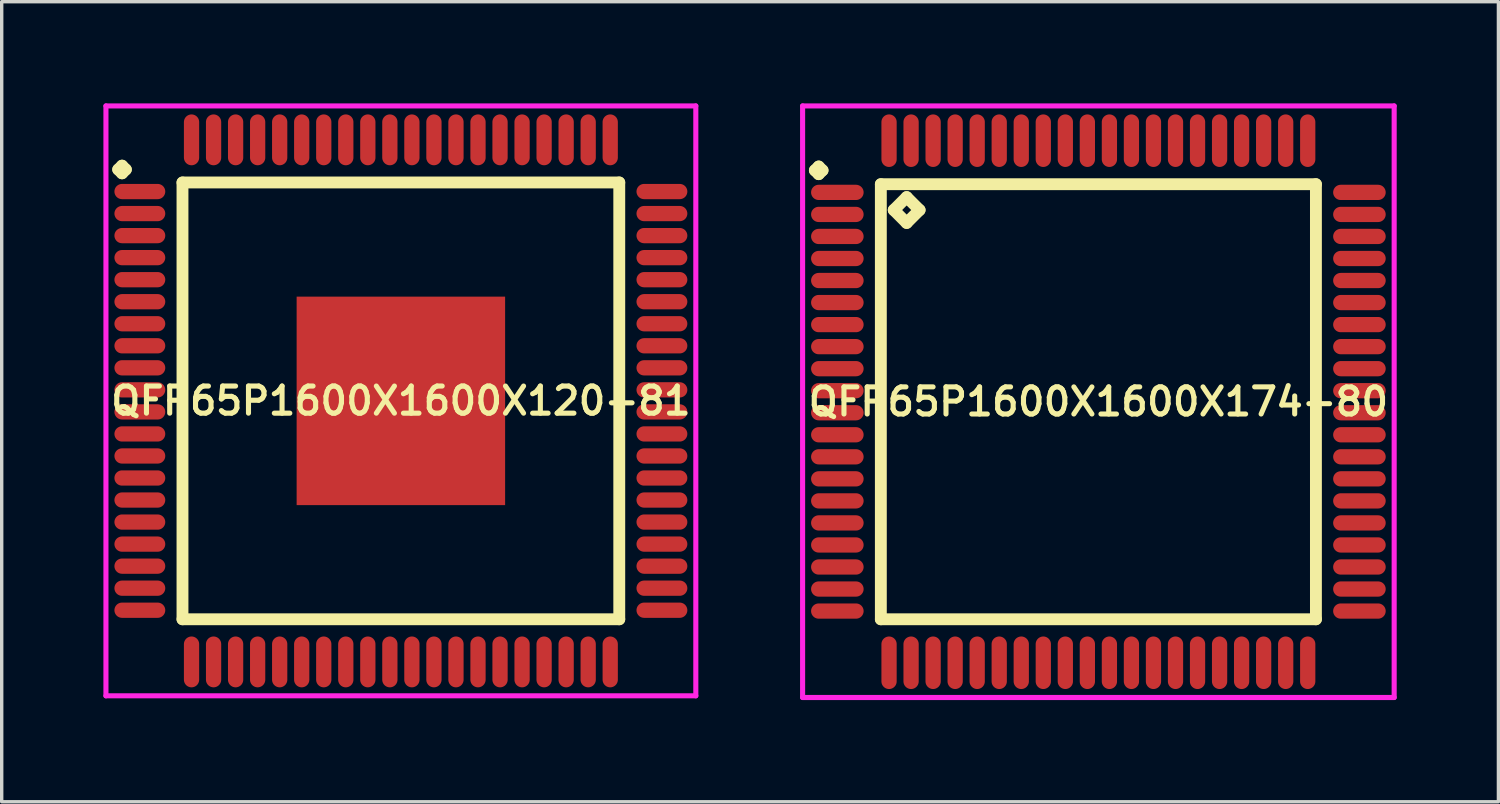
<source format=kicad_pcb>
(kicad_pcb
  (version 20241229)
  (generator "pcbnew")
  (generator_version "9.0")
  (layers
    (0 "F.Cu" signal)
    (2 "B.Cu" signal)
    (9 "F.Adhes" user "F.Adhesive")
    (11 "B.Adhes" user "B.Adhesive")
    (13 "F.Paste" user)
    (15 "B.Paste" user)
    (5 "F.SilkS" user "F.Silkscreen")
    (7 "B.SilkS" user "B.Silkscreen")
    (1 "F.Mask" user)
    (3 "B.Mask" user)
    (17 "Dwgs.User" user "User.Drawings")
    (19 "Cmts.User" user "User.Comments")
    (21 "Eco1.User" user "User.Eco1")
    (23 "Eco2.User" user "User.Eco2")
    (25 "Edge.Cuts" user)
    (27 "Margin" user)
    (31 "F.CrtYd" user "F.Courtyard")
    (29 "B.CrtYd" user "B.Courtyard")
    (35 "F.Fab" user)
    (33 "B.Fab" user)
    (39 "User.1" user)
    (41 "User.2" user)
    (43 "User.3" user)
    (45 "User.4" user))
  (footprint "QFP65P1600X1600X120-81"
    (layer "F.Cu")
    (at 8.775 8.775)
    (property "Reference" "QFP65P1600X1600X120-81" (at 0 0 0) (layer "F.SilkS") (effects (font (size 0.8 0.8) (thickness 0.15))))
    (attr smd)
    (fp_line (start -8.338 -6.825) (end -8.225 -6.938) (stroke (width 0.35) (type solid)) (layer "F.SilkS"))
    (fp_line (start -8.225 -6.938) (end -8.113 -6.825) (stroke (width 0.35) (type solid)) (layer "F.SilkS"))
    (fp_line (start -8.225 -6.713) (end -8.338 -6.825) (stroke (width 0.35) (type solid)) (layer "F.SilkS"))
    (fp_line (start -8.113 -6.825) (end -8.225 -6.713) (stroke (width 0.35) (type solid)) (layer "F.SilkS"))
    (fp_line (start -6.442 -6.442) (end -6.442 6.442) (stroke (width 0.35) (type solid)) (layer "F.SilkS"))
    (fp_line (start -6.442 6.442) (end 6.442 6.442) (stroke (width 0.35) (type solid)) (layer "F.SilkS"))
    (fp_line (start 6.442 -6.442) (end -6.442 -6.442) (stroke (width 0.35) (type solid)) (layer "F.SilkS"))
    (fp_line (start 6.442 6.442) (end 6.442 -6.442) (stroke (width 0.35) (type solid)) (layer "F.SilkS"))
    (fp_line (start -8.7 -8.7) (end 8.7 -8.7) (stroke (width 0.15) (type solid)) (layer "F.CrtYd"))
    (fp_line (start -8.7 8.7) (end -8.7 -8.7) (stroke (width 0.15) (type solid)) (layer "F.CrtYd"))
    (fp_line (start 8.7 -8.7) (end 8.7 8.7) (stroke (width 0.15) (type solid)) (layer "F.CrtYd"))
    (fp_line (start 8.7 8.7) (end -8.7 8.7) (stroke (width 0.15) (type solid)) (layer "F.CrtYd"))
    (pad "1" smd oval (at -7.7 -6.175) (size 1.5 0.45) (layers "F.Cu" "F.Mask" "F.Paste"))
    (pad "2" smd oval (at -7.7 -5.525) (size 1.5 0.45) (layers "F.Cu" "F.Mask" "F.Paste"))
    (pad "3" smd oval (at -7.7 -4.875) (size 1.5 0.45) (layers "F.Cu" "F.Mask" "F.Paste"))
    (pad "4" smd oval (at -7.7 -4.225) (size 1.5 0.45) (layers "F.Cu" "F.Mask" "F.Paste"))
    (pad "5" smd oval (at -7.7 -3.575) (size 1.5 0.45) (layers "F.Cu" "F.Mask" "F.Paste"))
    (pad "6" smd oval (at -7.7 -2.925) (size 1.5 0.45) (layers "F.Cu" "F.Mask" "F.Paste"))
    (pad "7" smd oval (at -7.7 -2.275) (size 1.5 0.45) (layers "F.Cu" "F.Mask" "F.Paste"))
    (pad "8" smd oval (at -7.7 -1.625) (size 1.5 0.45) (layers "F.Cu" "F.Mask" "F.Paste"))
    (pad "9" smd oval (at -7.7 -0.975) (size 1.5 0.45) (layers "F.Cu" "F.Mask" "F.Paste"))
    (pad "10" smd oval (at -7.7 -0.325) (size 1.5 0.45) (layers "F.Cu" "F.Mask" "F.Paste"))
    (pad "11" smd oval (at -7.7 0.325) (size 1.5 0.45) (layers "F.Cu" "F.Mask" "F.Paste"))
    (pad "12" smd oval (at -7.7 0.975) (size 1.5 0.45) (layers "F.Cu" "F.Mask" "F.Paste"))
    (pad "13" smd oval (at -7.7 1.625) (size 1.5 0.45) (layers "F.Cu" "F.Mask" "F.Paste"))
    (pad "14" smd oval (at -7.7 2.275) (size 1.5 0.45) (layers "F.Cu" "F.Mask" "F.Paste"))
    (pad "15" smd oval (at -7.7 2.925) (size 1.5 0.45) (layers "F.Cu" "F.Mask" "F.Paste"))
    (pad "16" smd oval (at -7.7 3.575) (size 1.5 0.45) (layers "F.Cu" "F.Mask" "F.Paste"))
    (pad "17" smd oval (at -7.7 4.225) (size 1.5 0.45) (layers "F.Cu" "F.Mask" "F.Paste"))
    (pad "18" smd oval (at -7.7 4.875) (size 1.5 0.45) (layers "F.Cu" "F.Mask" "F.Paste"))
    (pad "19" smd oval (at -7.7 5.525) (size 1.5 0.45) (layers "F.Cu" "F.Mask" "F.Paste"))
    (pad "20" smd oval (at -7.7 6.175) (size 1.5 0.45) (layers "F.Cu" "F.Mask" "F.Paste"))
    (pad "21" smd oval (at -6.175 7.7) (size 0.45 1.5) (layers "F.Cu" "F.Mask" "F.Paste"))
    (pad "22" smd oval (at -5.525 7.7) (size 0.45 1.5) (layers "F.Cu" "F.Mask" "F.Paste"))
    (pad "23" smd oval (at -4.875 7.7) (size 0.45 1.5) (layers "F.Cu" "F.Mask" "F.Paste"))
    (pad "24" smd oval (at -4.225 7.7) (size 0.45 1.5) (layers "F.Cu" "F.Mask" "F.Paste"))
    (pad "25" smd oval (at -3.575 7.7) (size 0.45 1.5) (layers "F.Cu" "F.Mask" "F.Paste"))
    (pad "26" smd oval (at -2.925 7.7) (size 0.45 1.5) (layers "F.Cu" "F.Mask" "F.Paste"))
    (pad "27" smd oval (at -2.275 7.7) (size 0.45 1.5) (layers "F.Cu" "F.Mask" "F.Paste"))
    (pad "28" smd oval (at -1.625 7.7) (size 0.45 1.5) (layers "F.Cu" "F.Mask" "F.Paste"))
    (pad "29" smd oval (at -0.975 7.7) (size 0.45 1.5) (layers "F.Cu" "F.Mask" "F.Paste"))
    (pad "30" smd oval (at -0.325 7.7) (size 0.45 1.5) (layers "F.Cu" "F.Mask" "F.Paste"))
    (pad "31" smd oval (at 0.325 7.7) (size 0.45 1.5) (layers "F.Cu" "F.Mask" "F.Paste"))
    (pad "32" smd oval (at 0.975 7.7) (size 0.45 1.5) (layers "F.Cu" "F.Mask" "F.Paste"))
    (pad "33" smd oval (at 1.625 7.7) (size 0.45 1.5) (layers "F.Cu" "F.Mask" "F.Paste"))
    (pad "34" smd oval (at 2.275 7.7) (size 0.45 1.5) (layers "F.Cu" "F.Mask" "F.Paste"))
    (pad "35" smd oval (at 2.925 7.7) (size 0.45 1.5) (layers "F.Cu" "F.Mask" "F.Paste"))
    (pad "36" smd oval (at 3.575 7.7) (size 0.45 1.5) (layers "F.Cu" "F.Mask" "F.Paste"))
    (pad "37" smd oval (at 4.225 7.7) (size 0.45 1.5) (layers "F.Cu" "F.Mask" "F.Paste"))
    (pad "38" smd oval (at 4.875 7.7) (size 0.45 1.5) (layers "F.Cu" "F.Mask" "F.Paste"))
    (pad "39" smd oval (at 5.525 7.7) (size 0.45 1.5) (layers "F.Cu" "F.Mask" "F.Paste"))
    (pad "40" smd oval (at 6.175 7.7) (size 0.45 1.5) (layers "F.Cu" "F.Mask" "F.Paste"))
    (pad "41" smd oval (at 7.7 6.175) (size 1.5 0.45) (layers "F.Cu" "F.Mask" "F.Paste"))
    (pad "42" smd oval (at 7.7 5.525) (size 1.5 0.45) (layers "F.Cu" "F.Mask" "F.Paste"))
    (pad "43" smd oval (at 7.7 4.875) (size 1.5 0.45) (layers "F.Cu" "F.Mask" "F.Paste"))
    (pad "44" smd oval (at 7.7 4.225) (size 1.5 0.45) (layers "F.Cu" "F.Mask" "F.Paste"))
    (pad "45" smd oval (at 7.7 3.575) (size 1.5 0.45) (layers "F.Cu" "F.Mask" "F.Paste"))
    (pad "46" smd oval (at 7.7 2.925) (size 1.5 0.45) (layers "F.Cu" "F.Mask" "F.Paste"))
    (pad "47" smd oval (at 7.7 2.275) (size 1.5 0.45) (layers "F.Cu" "F.Mask" "F.Paste"))
    (pad "48" smd oval (at 7.7 1.625) (size 1.5 0.45) (layers "F.Cu" "F.Mask" "F.Paste"))
    (pad "49" smd oval (at 7.7 0.975) (size 1.5 0.45) (layers "F.Cu" "F.Mask" "F.Paste"))
    (pad "50" smd oval (at 7.7 0.325) (size 1.5 0.45) (layers "F.Cu" "F.Mask" "F.Paste"))
    (pad "51" smd oval (at 7.7 -0.325) (size 1.5 0.45) (layers "F.Cu" "F.Mask" "F.Paste"))
    (pad "52" smd oval (at 7.7 -0.975) (size 1.5 0.45) (layers "F.Cu" "F.Mask" "F.Paste"))
    (pad "53" smd oval (at 7.7 -1.625) (size 1.5 0.45) (layers "F.Cu" "F.Mask" "F.Paste"))
    (pad "54" smd oval (at 7.7 -2.275) (size 1.5 0.45) (layers "F.Cu" "F.Mask" "F.Paste"))
    (pad "55" smd oval (at 7.7 -2.925) (size 1.5 0.45) (layers "F.Cu" "F.Mask" "F.Paste"))
    (pad "56" smd oval (at 7.7 -3.575) (size 1.5 0.45) (layers "F.Cu" "F.Mask" "F.Paste"))
    (pad "57" smd oval (at 7.7 -4.225) (size 1.5 0.45) (layers "F.Cu" "F.Mask" "F.Paste"))
    (pad "58" smd oval (at 7.7 -4.875) (size 1.5 0.45) (layers "F.Cu" "F.Mask" "F.Paste"))
    (pad "59" smd oval (at 7.7 -5.525) (size 1.5 0.45) (layers "F.Cu" "F.Mask" "F.Paste"))
    (pad "60" smd oval (at 7.7 -6.175) (size 1.5 0.45) (layers "F.Cu" "F.Mask" "F.Paste"))
    (pad "61" smd oval (at 6.175 -7.7) (size 0.45 1.5) (layers "F.Cu" "F.Mask" "F.Paste"))
    (pad "62" smd oval (at 5.525 -7.7) (size 0.45 1.5) (layers "F.Cu" "F.Mask" "F.Paste"))
    (pad "63" smd oval (at 4.875 -7.7) (size 0.45 1.5) (layers "F.Cu" "F.Mask" "F.Paste"))
    (pad "64" smd oval (at 4.225 -7.7) (size 0.45 1.5) (layers "F.Cu" "F.Mask" "F.Paste"))
    (pad "65" smd oval (at 3.575 -7.7) (size 0.45 1.5) (layers "F.Cu" "F.Mask" "F.Paste"))
    (pad "66" smd oval (at 2.925 -7.7) (size 0.45 1.5) (layers "F.Cu" "F.Mask" "F.Paste"))
    (pad "67" smd oval (at 2.275 -7.7) (size 0.45 1.5) (layers "F.Cu" "F.Mask" "F.Paste"))
    (pad "68" smd oval (at 1.625 -7.7) (size 0.45 1.5) (layers "F.Cu" "F.Mask" "F.Paste"))
    (pad "69" smd oval (at 0.975 -7.7) (size 0.45 1.5) (layers "F.Cu" "F.Mask" "F.Paste"))
    (pad "70" smd oval (at 0.325 -7.7) (size 0.45 1.5) (layers "F.Cu" "F.Mask" "F.Paste"))
    (pad "71" smd oval (at -0.325 -7.7) (size 0.45 1.5) (layers "F.Cu" "F.Mask" "F.Paste"))
    (pad "72" smd oval (at -0.975 -7.7) (size 0.45 1.5) (layers "F.Cu" "F.Mask" "F.Paste"))
    (pad "73" smd oval (at -1.625 -7.7) (size 0.45 1.5) (layers "F.Cu" "F.Mask" "F.Paste"))
    (pad "74" smd oval (at -2.275 -7.7) (size 0.45 1.5) (layers "F.Cu" "F.Mask" "F.Paste"))
    (pad "75" smd oval (at -2.925 -7.7) (size 0.45 1.5) (layers "F.Cu" "F.Mask" "F.Paste"))
    (pad "76" smd oval (at -3.575 -7.7) (size 0.45 1.5) (layers "F.Cu" "F.Mask" "F.Paste"))
    (pad "77" smd oval (at -4.225 -7.7) (size 0.45 1.5) (layers "F.Cu" "F.Mask" "F.Paste"))
    (pad "78" smd oval (at -4.875 -7.7) (size 0.45 1.5) (layers "F.Cu" "F.Mask" "F.Paste"))
    (pad "79" smd oval (at -5.525 -7.7) (size 0.45 1.5) (layers "F.Cu" "F.Mask" "F.Paste"))
    (pad "80" smd oval (at -6.175 -7.7) (size 0.45 1.5) (layers "F.Cu" "F.Mask" "F.Paste"))
    (pad "81" smd rect (at 0 0) (size 6.15 6.15) (layers "F.Cu" "F.Mask" "F.Paste")))
  (footprint "QFP65P1600X1600X174-80"
    (layer "F.Cu")
    (at 29.35 8.8)
    (property "Reference" "QFP65P1600X1600X174-80" (at 0 0 0) (layer "F.SilkS") (effects (font (size 0.8 0.8) (thickness 0.15))))
    (attr smd)
    (fp_line (start -8.363 -6.825) (end -8.25 -6.938) (stroke (width 0.35) (type solid)) (layer "F.SilkS"))
    (fp_line (start -8.25 -6.938) (end -8.137 -6.825) (stroke (width 0.35) (type solid)) (layer "F.SilkS"))
    (fp_line (start -8.25 -6.713) (end -8.363 -6.825) (stroke (width 0.35) (type solid)) (layer "F.SilkS"))
    (fp_line (start -8.137 -6.825) (end -8.25 -6.713) (stroke (width 0.35) (type solid)) (layer "F.SilkS"))
    (fp_line (start -6.417 -6.417) (end -6.417 6.417) (stroke (width 0.35) (type solid)) (layer "F.SilkS"))
    (fp_line (start -6.417 6.417) (end 6.417 6.417) (stroke (width 0.35) (type solid)) (layer "F.SilkS"))
    (fp_line (start -6.036 -5.655) (end -5.655 -6.036) (stroke (width 0.35) (type solid)) (layer "F.SilkS"))
    (fp_line (start -5.655 -6.036) (end -5.274 -5.655) (stroke (width 0.35) (type solid)) (layer "F.SilkS"))
    (fp_line (start -5.655 -5.274) (end -6.036 -5.655) (stroke (width 0.35) (type solid)) (layer "F.SilkS"))
    (fp_line (start -5.274 -5.655) (end -5.655 -5.274) (stroke (width 0.35) (type solid)) (layer "F.SilkS"))
    (fp_line (start 6.417 -6.417) (end -6.417 -6.417) (stroke (width 0.35) (type solid)) (layer "F.SilkS"))
    (fp_line (start 6.417 6.417) (end 6.417 -6.417) (stroke (width 0.35) (type solid)) (layer "F.SilkS"))
    (fp_line (start -8.725 -8.725) (end 8.725 -8.725) (stroke (width 0.15) (type solid)) (layer "F.CrtYd"))
    (fp_line (start -8.725 8.725) (end -8.725 -8.725) (stroke (width 0.15) (type solid)) (layer "F.CrtYd"))
    (fp_line (start 8.725 -8.725) (end 8.725 8.725) (stroke (width 0.15) (type solid)) (layer "F.CrtYd"))
    (fp_line (start 8.725 8.725) (end -8.725 8.725) (stroke (width 0.15) (type solid)) (layer "F.CrtYd"))
    (pad "1" smd oval (at -7.7 -6.175) (size 1.55 0.45) (layers "F.Cu" "F.Mask" "F.Paste"))
    (pad "2" smd oval (at -7.7 -5.525) (size 1.55 0.45) (layers "F.Cu" "F.Mask" "F.Paste"))
    (pad "3" smd oval (at -7.7 -4.875) (size 1.55 0.45) (layers "F.Cu" "F.Mask" "F.Paste"))
    (pad "4" smd oval (at -7.7 -4.225) (size 1.55 0.45) (layers "F.Cu" "F.Mask" "F.Paste"))
    (pad "5" smd oval (at -7.7 -3.575) (size 1.55 0.45) (layers "F.Cu" "F.Mask" "F.Paste"))
    (pad "6" smd oval (at -7.7 -2.925) (size 1.55 0.45) (layers "F.Cu" "F.Mask" "F.Paste"))
    (pad "7" smd oval (at -7.7 -2.275) (size 1.55 0.45) (layers "F.Cu" "F.Mask" "F.Paste"))
    (pad "8" smd oval (at -7.7 -1.625) (size 1.55 0.45) (layers "F.Cu" "F.Mask" "F.Paste"))
    (pad "9" smd oval (at -7.7 -0.975) (size 1.55 0.45) (layers "F.Cu" "F.Mask" "F.Paste"))
    (pad "10" smd oval (at -7.7 -0.325) (size 1.55 0.45) (layers "F.Cu" "F.Mask" "F.Paste"))
    (pad "11" smd oval (at -7.7 0.325) (size 1.55 0.45) (layers "F.Cu" "F.Mask" "F.Paste"))
    (pad "12" smd oval (at -7.7 0.975) (size 1.55 0.45) (layers "F.Cu" "F.Mask" "F.Paste"))
    (pad "13" smd oval (at -7.7 1.625) (size 1.55 0.45) (layers "F.Cu" "F.Mask" "F.Paste"))
    (pad "14" smd oval (at -7.7 2.275) (size 1.55 0.45) (layers "F.Cu" "F.Mask" "F.Paste"))
    (pad "15" smd oval (at -7.7 2.925) (size 1.55 0.45) (layers "F.Cu" "F.Mask" "F.Paste"))
    (pad "16" smd oval (at -7.7 3.575) (size 1.55 0.45) (layers "F.Cu" "F.Mask" "F.Paste"))
    (pad "17" smd oval (at -7.7 4.225) (size 1.55 0.45) (layers "F.Cu" "F.Mask" "F.Paste"))
    (pad "18" smd oval (at -7.7 4.875) (size 1.55 0.45) (layers "F.Cu" "F.Mask" "F.Paste"))
    (pad "19" smd oval (at -7.7 5.525) (size 1.55 0.45) (layers "F.Cu" "F.Mask" "F.Paste"))
    (pad "20" smd oval (at -7.7 6.175) (size 1.55 0.45) (layers "F.Cu" "F.Mask" "F.Paste"))
    (pad "21" smd oval (at -6.175 7.7) (size 0.45 1.55) (layers "F.Cu" "F.Mask" "F.Paste"))
    (pad "22" smd oval (at -5.525 7.7) (size 0.45 1.55) (layers "F.Cu" "F.Mask" "F.Paste"))
    (pad "23" smd oval (at -4.875 7.7) (size 0.45 1.55) (layers "F.Cu" "F.Mask" "F.Paste"))
    (pad "24" smd oval (at -4.225 7.7) (size 0.45 1.55) (layers "F.Cu" "F.Mask" "F.Paste"))
    (pad "25" smd oval (at -3.575 7.7) (size 0.45 1.55) (layers "F.Cu" "F.Mask" "F.Paste"))
    (pad "26" smd oval (at -2.925 7.7) (size 0.45 1.55) (layers "F.Cu" "F.Mask" "F.Paste"))
    (pad "27" smd oval (at -2.275 7.7) (size 0.45 1.55) (layers "F.Cu" "F.Mask" "F.Paste"))
    (pad "28" smd oval (at -1.625 7.7) (size 0.45 1.55) (layers "F.Cu" "F.Mask" "F.Paste"))
    (pad "29" smd oval (at -0.975 7.7) (size 0.45 1.55) (layers "F.Cu" "F.Mask" "F.Paste"))
    (pad "30" smd oval (at -0.325 7.7) (size 0.45 1.55) (layers "F.Cu" "F.Mask" "F.Paste"))
    (pad "31" smd oval (at 0.325 7.7) (size 0.45 1.55) (layers "F.Cu" "F.Mask" "F.Paste"))
    (pad "32" smd oval (at 0.975 7.7) (size 0.45 1.55) (layers "F.Cu" "F.Mask" "F.Paste"))
    (pad "33" smd oval (at 1.625 7.7) (size 0.45 1.55) (layers "F.Cu" "F.Mask" "F.Paste"))
    (pad "34" smd oval (at 2.275 7.7) (size 0.45 1.55) (layers "F.Cu" "F.Mask" "F.Paste"))
    (pad "35" smd oval (at 2.925 7.7) (size 0.45 1.55) (layers "F.Cu" "F.Mask" "F.Paste"))
    (pad "36" smd oval (at 3.575 7.7) (size 0.45 1.55) (layers "F.Cu" "F.Mask" "F.Paste"))
    (pad "37" smd oval (at 4.225 7.7) (size 0.45 1.55) (layers "F.Cu" "F.Mask" "F.Paste"))
    (pad "38" smd oval (at 4.875 7.7) (size 0.45 1.55) (layers "F.Cu" "F.Mask" "F.Paste"))
    (pad "39" smd oval (at 5.525 7.7) (size 0.45 1.55) (layers "F.Cu" "F.Mask" "F.Paste"))
    (pad "40" smd oval (at 6.175 7.7) (size 0.45 1.55) (layers "F.Cu" "F.Mask" "F.Paste"))
    (pad "41" smd oval (at 7.7 6.175) (size 1.55 0.45) (layers "F.Cu" "F.Mask" "F.Paste"))
    (pad "42" smd oval (at 7.7 5.525) (size 1.55 0.45) (layers "F.Cu" "F.Mask" "F.Paste"))
    (pad "43" smd oval (at 7.7 4.875) (size 1.55 0.45) (layers "F.Cu" "F.Mask" "F.Paste"))
    (pad "44" smd oval (at 7.7 4.225) (size 1.55 0.45) (layers "F.Cu" "F.Mask" "F.Paste"))
    (pad "45" smd oval (at 7.7 3.575) (size 1.55 0.45) (layers "F.Cu" "F.Mask" "F.Paste"))
    (pad "46" smd oval (at 7.7 2.925) (size 1.55 0.45) (layers "F.Cu" "F.Mask" "F.Paste"))
    (pad "47" smd oval (at 7.7 2.275) (size 1.55 0.45) (layers "F.Cu" "F.Mask" "F.Paste"))
    (pad "48" smd oval (at 7.7 1.625) (size 1.55 0.45) (layers "F.Cu" "F.Mask" "F.Paste"))
    (pad "49" smd oval (at 7.7 0.975) (size 1.55 0.45) (layers "F.Cu" "F.Mask" "F.Paste"))
    (pad "50" smd oval (at 7.7 0.325) (size 1.55 0.45) (layers "F.Cu" "F.Mask" "F.Paste"))
    (pad "51" smd oval (at 7.7 -0.325) (size 1.55 0.45) (layers "F.Cu" "F.Mask" "F.Paste"))
    (pad "52" smd oval (at 7.7 -0.975) (size 1.55 0.45) (layers "F.Cu" "F.Mask" "F.Paste"))
    (pad "53" smd oval (at 7.7 -1.625) (size 1.55 0.45) (layers "F.Cu" "F.Mask" "F.Paste"))
    (pad "54" smd oval (at 7.7 -2.275) (size 1.55 0.45) (layers "F.Cu" "F.Mask" "F.Paste"))
    (pad "55" smd oval (at 7.7 -2.925) (size 1.55 0.45) (layers "F.Cu" "F.Mask" "F.Paste"))
    (pad "56" smd oval (at 7.7 -3.575) (size 1.55 0.45) (layers "F.Cu" "F.Mask" "F.Paste"))
    (pad "57" smd oval (at 7.7 -4.225) (size 1.55 0.45) (layers "F.Cu" "F.Mask" "F.Paste"))
    (pad "58" smd oval (at 7.7 -4.875) (size 1.55 0.45) (layers "F.Cu" "F.Mask" "F.Paste"))
    (pad "59" smd oval (at 7.7 -5.525) (size 1.55 0.45) (layers "F.Cu" "F.Mask" "F.Paste"))
    (pad "60" smd oval (at 7.7 -6.175) (size 1.55 0.45) (layers "F.Cu" "F.Mask" "F.Paste"))
    (pad "61" smd oval (at 6.175 -7.7) (size 0.45 1.55) (layers "F.Cu" "F.Mask" "F.Paste"))
    (pad "62" smd oval (at 5.525 -7.7) (size 0.45 1.55) (layers "F.Cu" "F.Mask" "F.Paste"))
    (pad "63" smd oval (at 4.875 -7.7) (size 0.45 1.55) (layers "F.Cu" "F.Mask" "F.Paste"))
    (pad "64" smd oval (at 4.225 -7.7) (size 0.45 1.55) (layers "F.Cu" "F.Mask" "F.Paste"))
    (pad "65" smd oval (at 3.575 -7.7) (size 0.45 1.55) (layers "F.Cu" "F.Mask" "F.Paste"))
    (pad "66" smd oval (at 2.925 -7.7) (size 0.45 1.55) (layers "F.Cu" "F.Mask" "F.Paste"))
    (pad "67" smd oval (at 2.275 -7.7) (size 0.45 1.55) (layers "F.Cu" "F.Mask" "F.Paste"))
    (pad "68" smd oval (at 1.625 -7.7) (size 0.45 1.55) (layers "F.Cu" "F.Mask" "F.Paste"))
    (pad "69" smd oval (at 0.975 -7.7) (size 0.45 1.55) (layers "F.Cu" "F.Mask" "F.Paste"))
    (pad "70" smd oval (at 0.325 -7.7) (size 0.45 1.55) (layers "F.Cu" "F.Mask" "F.Paste"))
    (pad "71" smd oval (at -0.325 -7.7) (size 0.45 1.55) (layers "F.Cu" "F.Mask" "F.Paste"))
    (pad "72" smd oval (at -0.975 -7.7) (size 0.45 1.55) (layers "F.Cu" "F.Mask" "F.Paste"))
    (pad "73" smd oval (at -1.625 -7.7) (size 0.45 1.55) (layers "F.Cu" "F.Mask" "F.Paste"))
    (pad "74" smd oval (at -2.275 -7.7) (size 0.45 1.55) (layers "F.Cu" "F.Mask" "F.Paste"))
    (pad "75" smd oval (at -2.925 -7.7) (size 0.45 1.55) (layers "F.Cu" "F.Mask" "F.Paste"))
    (pad "76" smd oval (at -3.575 -7.7) (size 0.45 1.55) (layers "F.Cu" "F.Mask" "F.Paste"))
    (pad "77" smd oval (at -4.225 -7.7) (size 0.45 1.55) (layers "F.Cu" "F.Mask" "F.Paste"))
    (pad "78" smd oval (at -4.875 -7.7) (size 0.45 1.55) (layers "F.Cu" "F.Mask" "F.Paste"))
    (pad "79" smd oval (at -5.525 -7.7) (size 0.45 1.55) (layers "F.Cu" "F.Mask" "F.Paste"))
    (pad "80" smd oval (at -6.175 -7.7) (size 0.45 1.55) (layers "F.Cu" "F.Mask" "F.Paste")))
  (gr_rect
    (start -3 -3)
    (end 41.15 20.6)
    (stroke (width 0.1) (type default))
    (fill no)
    (layer "Edge.Cuts")))
</source>
